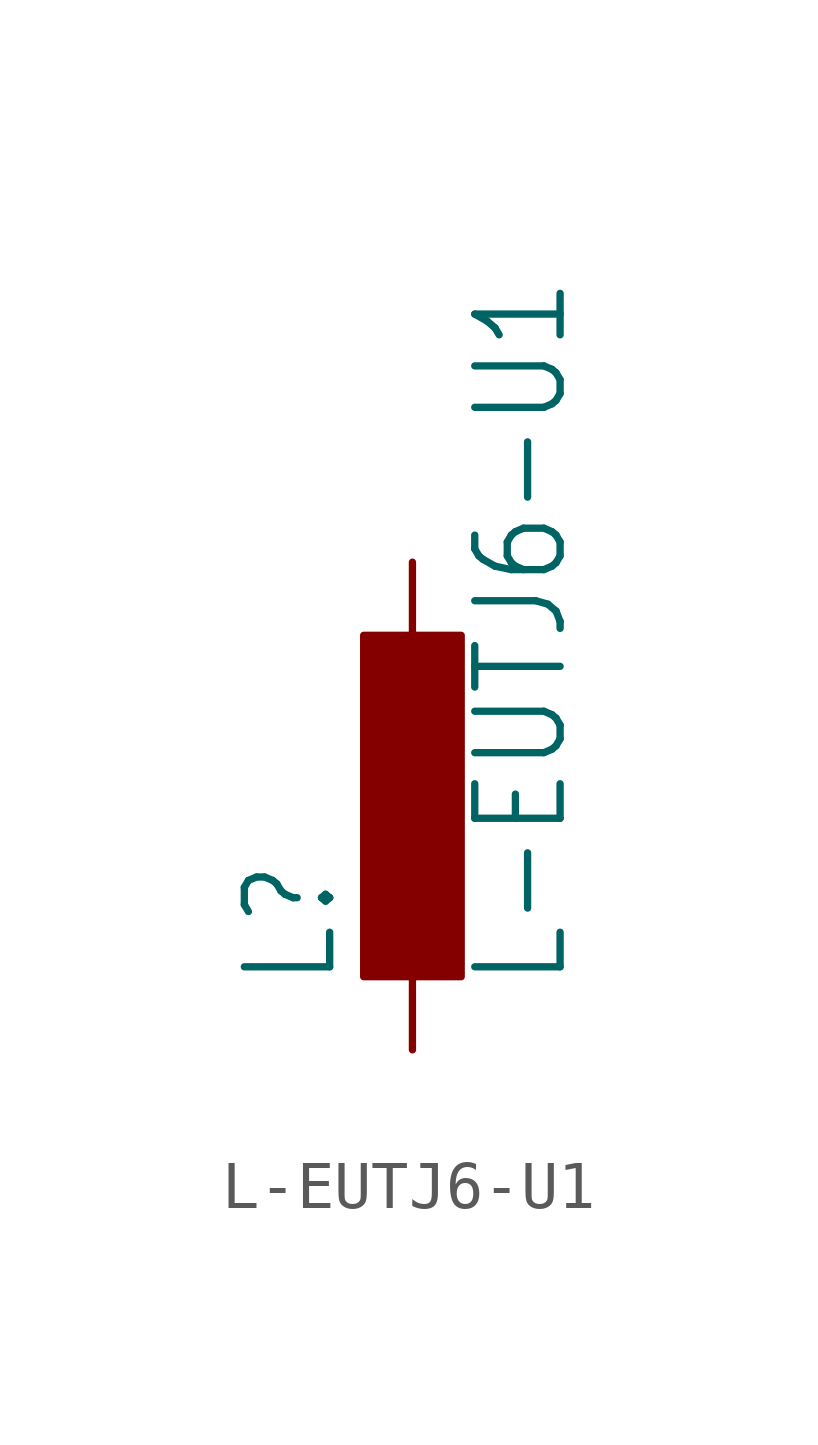
<source format=kicad_sym>
(kicad_symbol_lib
  (version 20211014)
  (generator kicad_symbol_editor)
  (symbol "L-EUTJ6-U1"
    (property "Reference" "L"
      (at -1.499 -3.81 90)
      (effects (font (size 1.778 1.511)) (justify left bottom)))
    (property "Value" "L-EUTJ6-U1"
      (at 3.302 -3.81 90)
      (effects (font (size 1.778 1.511)) (justify left bottom)))
    (property "ki_locked" ""
      (at 0 0 0)
      (effects (font (size 1.27 1.27))))
    (symbol "L-EUTJ6-U1_1_0"
      (rectangle (start -1.016 -3.556) (end 1.016 3.556) (stroke (width 0) (type default) (color 0 0 0 0)) (fill (type outline)))
      (pin passive line (at 0 5.08 270) (length 2.54) (name "1" (effects (font (size 0 0)))) (number "1" (effects (font (size 0 0)))))
      (pin passive line (at 0 -5.08 90) (length 2.54) (name "2" (effects (font (size 0 0)))) (number "2" (effects (font (size 0 0))))))))
</source>
